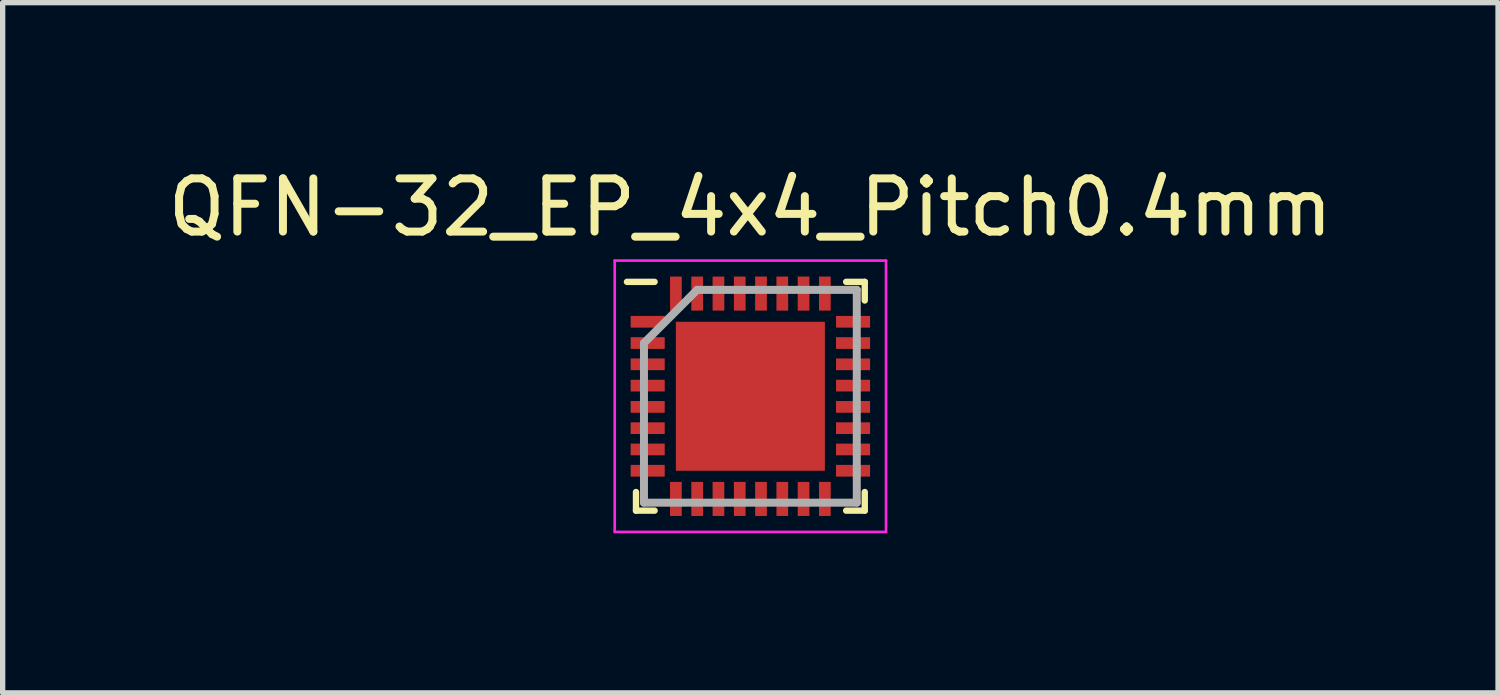
<source format=kicad_pcb>
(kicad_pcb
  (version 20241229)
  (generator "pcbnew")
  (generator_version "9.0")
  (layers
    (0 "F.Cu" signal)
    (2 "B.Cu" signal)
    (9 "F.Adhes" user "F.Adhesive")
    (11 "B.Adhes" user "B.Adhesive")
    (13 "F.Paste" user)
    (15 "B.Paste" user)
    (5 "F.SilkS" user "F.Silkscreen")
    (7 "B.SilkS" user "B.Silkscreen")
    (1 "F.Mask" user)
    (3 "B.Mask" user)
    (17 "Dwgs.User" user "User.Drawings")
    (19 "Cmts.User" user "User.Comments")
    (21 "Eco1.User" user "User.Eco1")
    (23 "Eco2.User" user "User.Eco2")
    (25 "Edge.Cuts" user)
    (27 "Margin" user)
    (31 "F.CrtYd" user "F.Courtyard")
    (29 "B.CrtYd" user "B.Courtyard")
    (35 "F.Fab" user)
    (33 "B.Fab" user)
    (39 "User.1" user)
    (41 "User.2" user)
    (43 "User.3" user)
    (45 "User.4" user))
  (footprint "QFN-32_EP_4x4_Pitch0.4mm"
    (layer "F.Cu")
    (at 11.054 4.398)
    (property "Reference" "QFN-32_EP_4x4_Pitch0.4mm" (at 0 -3.55 0) (layer "F.SilkS") (effects (font (size 1 1) (thickness 0.15))))
    (attr smd)
    (fp_line (start -2.15 2.15) (end -2.15 1.8) (stroke (width 0.12) (type solid)) (layer "F.SilkS"))
    (fp_line (start -1.8 -2.15) (end -2.32 -2.15) (stroke (width 0.12) (type solid)) (layer "F.SilkS"))
    (fp_line (start -1.8 2.15) (end -2.15 2.15) (stroke (width 0.12) (type solid)) (layer "F.SilkS"))
    (fp_line (start 1.8 -2.15) (end 2.15 -2.15) (stroke (width 0.12) (type solid)) (layer "F.SilkS"))
    (fp_line (start 1.8 2.15) (end 2.15 2.15) (stroke (width 0.12) (type solid)) (layer "F.SilkS"))
    (fp_line (start 2.15 -2.15) (end 2.15 -1.8) (stroke (width 0.12) (type solid)) (layer "F.SilkS"))
    (fp_line (start 2.15 2.15) (end 2.15 1.8) (stroke (width 0.12) (type solid)) (layer "F.SilkS"))
    (fp_line (start -2.55 -2.55) (end 2.55 -2.55) (stroke (width 0.05) (type solid)) (layer "F.CrtYd"))
    (fp_line (start -2.55 2.55) (end -2.55 -2.55) (stroke (width 0.05) (type solid)) (layer "F.CrtYd"))
    (fp_line (start 2.55 -2.55) (end 2.55 2.55) (stroke (width 0.05) (type solid)) (layer "F.CrtYd"))
    (fp_line (start 2.55 2.55) (end -2.55 2.55) (stroke (width 0.05) (type solid)) (layer "F.CrtYd"))
    (fp_line (start -2 -1) (end -2 2) (stroke (width 0.15) (type solid)) (layer "F.Fab"))
    (fp_line (start -2 2) (end 2 2) (stroke (width 0.15) (type solid)) (layer "F.Fab"))
    (fp_line (start -1 -2) (end -2 -1) (stroke (width 0.15) (type solid)) (layer "F.Fab"))
    (fp_line (start 2 -2) (end -1 -2) (stroke (width 0.15) (type solid)) (layer "F.Fab"))
    (fp_line (start 2 2) (end 2 -2) (stroke (width 0.15) (type solid)) (layer "F.Fab"))
    (pad "1" smd rect (at -1.93 -1.4 90) (size 0.22 0.64) (layers "F.Cu" "F.Mask" "F.Paste"))
    (pad "2" smd rect (at -1.93 -1 90) (size 0.22 0.64) (layers "F.Cu" "F.Mask" "F.Paste"))
    (pad "3" smd rect (at -1.93 -0.6 90) (size 0.22 0.64) (layers "F.Cu" "F.Mask" "F.Paste"))
    (pad "4" smd rect (at -1.93 -0.2 90) (size 0.22 0.64) (layers "F.Cu" "F.Mask" "F.Paste"))
    (pad "5" smd rect (at -1.93 0.2 90) (size 0.22 0.64) (layers "F.Cu" "F.Mask" "F.Paste"))
    (pad "6" smd rect (at -1.93 0.6 90) (size 0.22 0.64) (layers "F.Cu" "F.Mask" "F.Paste"))
    (pad "7" smd rect (at -1.93 1 90) (size 0.22 0.64) (layers "F.Cu" "F.Mask" "F.Paste"))
    (pad "8" smd rect (at -1.93 1.4 90) (size 0.22 0.64) (layers "F.Cu" "F.Mask" "F.Paste"))
    (pad "9" smd rect (at -1.4 1.93) (size 0.22 0.64) (layers "F.Cu" "F.Mask" "F.Paste"))
    (pad "10" smd rect (at -1 1.93) (size 0.22 0.64) (layers "F.Cu" "F.Mask" "F.Paste"))
    (pad "11" smd rect (at -0.6 1.93) (size 0.22 0.64) (layers "F.Cu" "F.Mask" "F.Paste"))
    (pad "12" smd rect (at -0.2 1.93) (size 0.22 0.64) (layers "F.Cu" "F.Mask" "F.Paste"))
    (pad "13" smd rect (at 0.2 1.93) (size 0.22 0.64) (layers "F.Cu" "F.Mask" "F.Paste"))
    (pad "14" smd rect (at 0.6 1.93) (size 0.22 0.64) (layers "F.Cu" "F.Mask" "F.Paste"))
    (pad "15" smd rect (at 1 1.93) (size 0.22 0.64) (layers "F.Cu" "F.Mask" "F.Paste"))
    (pad "16" smd rect (at 1.4 1.93) (size 0.22 0.64) (layers "F.Cu" "F.Mask" "F.Paste"))
    (pad "17" smd rect (at 1.93 1.4 90) (size 0.22 0.64) (layers "F.Cu" "F.Mask" "F.Paste"))
    (pad "18" smd rect (at 1.93 1 90) (size 0.22 0.64) (layers "F.Cu" "F.Mask" "F.Paste"))
    (pad "19" smd rect (at 1.93 0.6 90) (size 0.22 0.64) (layers "F.Cu" "F.Mask" "F.Paste"))
    (pad "20" smd rect (at 1.93 0.2 90) (size 0.22 0.64) (layers "F.Cu" "F.Mask" "F.Paste"))
    (pad "21" smd rect (at 1.93 -0.2 90) (size 0.22 0.64) (layers "F.Cu" "F.Mask" "F.Paste"))
    (pad "22" smd rect (at 1.93 -0.6 90) (size 0.22 0.64) (layers "F.Cu" "F.Mask" "F.Paste"))
    (pad "23" smd rect (at 1.93 -1 90) (size 0.22 0.64) (layers "F.Cu" "F.Mask" "F.Paste"))
    (pad "24" smd rect (at 1.93 -1.4 90) (size 0.22 0.64) (layers "F.Cu" "F.Mask" "F.Paste"))
    (pad "25" smd rect (at 1.4 -1.93) (size 0.22 0.64) (layers "F.Cu" "F.Mask" "F.Paste"))
    (pad "26" smd rect (at 1 -1.93) (size 0.22 0.64) (layers "F.Cu" "F.Mask" "F.Paste"))
    (pad "27" smd rect (at 0.6 -1.93) (size 0.22 0.64) (layers "F.Cu" "F.Mask" "F.Paste"))
    (pad "28" smd rect (at 0.2 -1.93) (size 0.22 0.64) (layers "F.Cu" "F.Mask" "F.Paste"))
    (pad "29" smd rect (at -0.2 -1.93) (size 0.22 0.64) (layers "F.Cu" "F.Mask" "F.Paste"))
    (pad "30" smd rect (at -0.6 -1.93) (size 0.22 0.64) (layers "F.Cu" "F.Mask" "F.Paste"))
    (pad "31" smd rect (at -1 -1.93) (size 0.22 0.64) (layers "F.Cu" "F.Mask" "F.Paste"))
    (pad "32" smd rect (at -1.4 -1.93) (size 0.22 0.64) (layers "F.Cu" "F.Mask" "F.Paste"))
    (pad "33" smd rect (at 0 0) (size 2.8 2.8) (layers "F.Cu" "F.Mask" "F.Paste")))
  (gr_rect
    (start -3 -3)
    (end 25.107 9.973)
    (stroke (width 0.1) (type default))
    (fill no)
    (layer "Edge.Cuts")))
</source>
